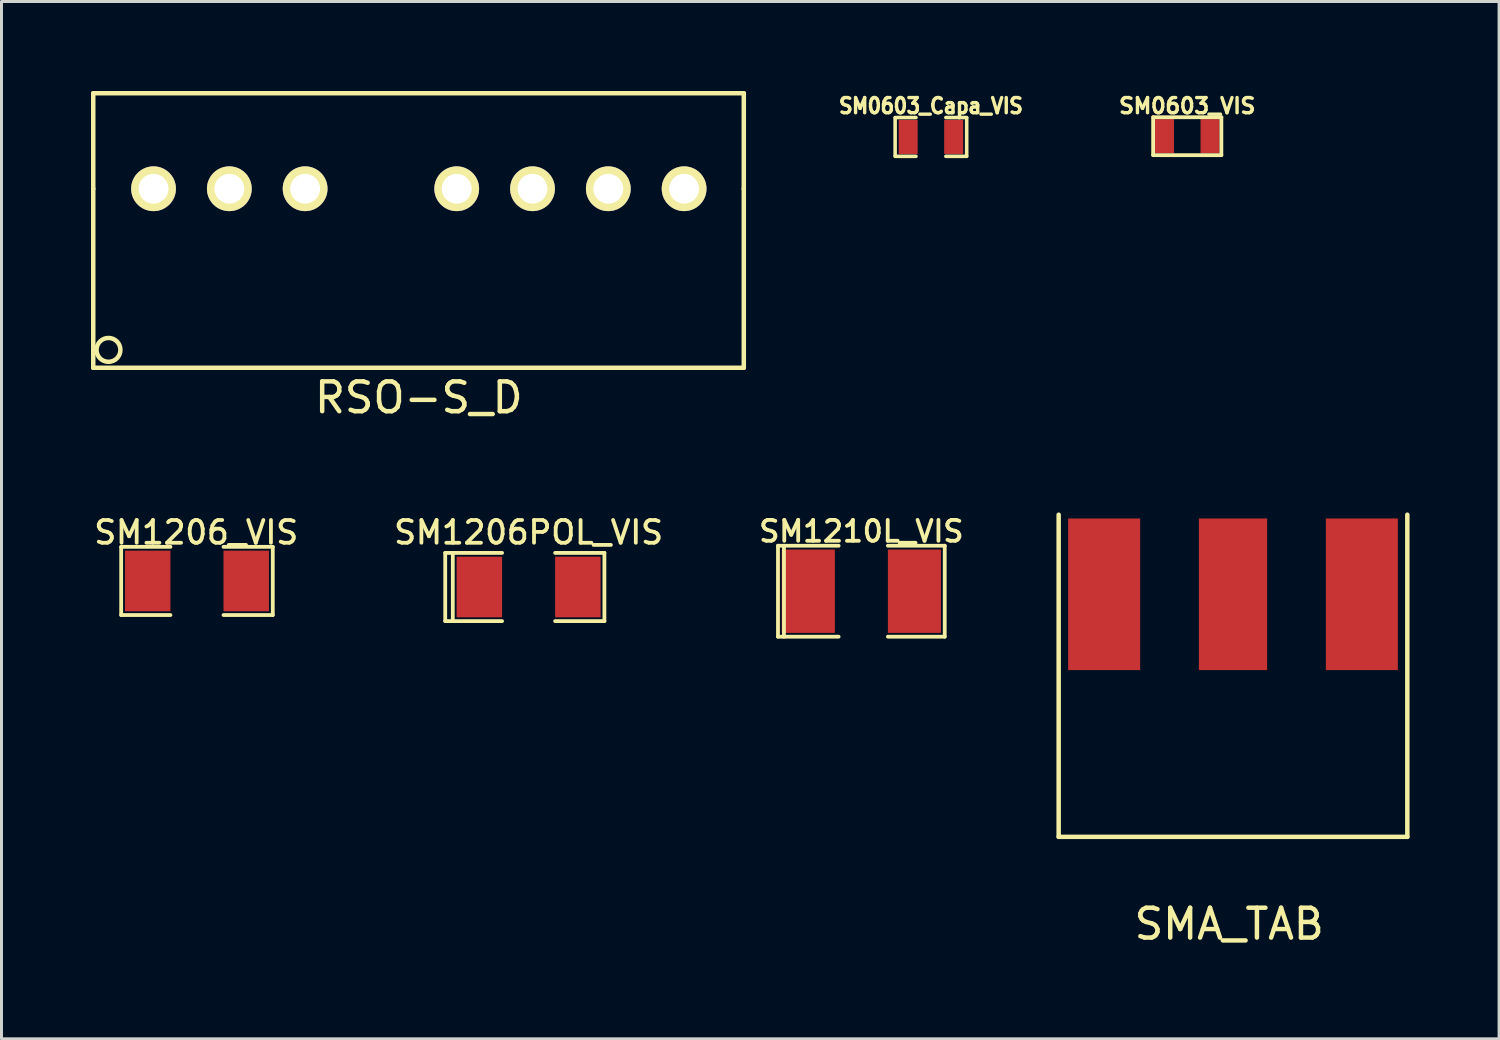
<source format=kicad_pcb>
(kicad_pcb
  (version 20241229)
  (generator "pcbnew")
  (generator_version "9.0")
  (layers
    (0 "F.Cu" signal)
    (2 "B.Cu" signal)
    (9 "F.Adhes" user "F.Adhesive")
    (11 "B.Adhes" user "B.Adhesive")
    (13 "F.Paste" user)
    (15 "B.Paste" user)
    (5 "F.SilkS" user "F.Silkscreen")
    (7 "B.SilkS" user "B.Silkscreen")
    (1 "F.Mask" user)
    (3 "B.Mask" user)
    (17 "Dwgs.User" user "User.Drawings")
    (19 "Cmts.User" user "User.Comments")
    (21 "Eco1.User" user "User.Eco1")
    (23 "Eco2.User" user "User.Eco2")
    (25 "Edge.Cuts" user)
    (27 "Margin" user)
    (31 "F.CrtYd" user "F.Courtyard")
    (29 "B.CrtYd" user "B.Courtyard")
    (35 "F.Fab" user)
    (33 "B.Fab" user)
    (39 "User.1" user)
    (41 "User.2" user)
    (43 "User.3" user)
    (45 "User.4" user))
  (footprint "SM0603_VIS"
    (layer "F.Cu")
    (at 36.736 1.514)
    (property "Reference" "SM0603_VIS" (at 0 -1.016 0) (layer "F.SilkS") (effects (font (size 0.508 0.508) (thickness 0.114))))
    (attr smd)
    (fp_line (start -1.143 -0.635) (end 1.143 -0.635) (stroke (width 0.127) (type solid)) (layer "F.SilkS"))
    (fp_line (start -1.143 0.635) (end -1.143 -0.635) (stroke (width 0.127) (type solid)) (layer "F.SilkS"))
    (fp_line (start 1.143 -0.635) (end 1.143 0.635) (stroke (width 0.127) (type solid)) (layer "F.SilkS"))
    (fp_line (start 1.143 0.635) (end -1.143 0.635) (stroke (width 0.127) (type solid)) (layer "F.SilkS"))
    (pad "1" smd rect (at -0.762 0) (size 0.635 1.143) (layers "F.Cu" "F.Mask" "F.Paste"))
    (pad "2" smd rect (at 0.762 0) (size 0.635 1.143) (layers "F.Cu" "F.Mask" "F.Paste")))
  (footprint "RSO-S_D"
    (layer "F.Cu")
    (at 10.985 3.275)
    (property "Reference" "RSO-S_D" (at 0 7 0) (layer "F.SilkS") (effects (font (size 1 1) (thickness 0.15))))
    (attr through_hole)
    (fp_line (start -10.91 -3.2) (end 10.89 -3.2) (stroke (width 0.15) (type solid)) (layer "F.SilkS"))
    (fp_line (start -10.91 0) (end -10.91 -3.2) (stroke (width 0.15) (type solid)) (layer "F.SilkS"))
    (fp_line (start -10.91 0) (end -10.91 6) (stroke (width 0.15) (type solid)) (layer "F.SilkS"))
    (fp_line (start -10.91 6) (end 10.89 6) (stroke (width 0.15) (type solid)) (layer "F.SilkS"))
    (fp_line (start 10.89 0) (end 10.89 -3.2) (stroke (width 0.15) (type solid)) (layer "F.SilkS"))
    (fp_line (start 10.89 0) (end 10.89 6) (stroke (width 0.15) (type solid)) (layer "F.SilkS"))
    (fp_circle (center -10.4 5.4) (end -10.4 5.8) (stroke (width 0.15) (type solid)) (fill no) (layer "F.SilkS"))
    (pad "1" thru_hole circle (at -8.89 0) (size 1.5 1.5) (drill 1) (layers "*.Cu" "*.Mask" "F.SilkS"))
    (pad "2" thru_hole circle (at -6.35 0) (size 1.5 1.5) (drill 1) (layers "*.Cu" "*.Mask" "F.SilkS"))
    (pad "3" thru_hole circle (at -3.81 0) (size 1.5 1.5) (drill 1) (layers "*.Cu" "*.Mask" "F.SilkS"))
    (pad "5" thru_hole circle (at 1.27 0) (size 1.5 1.5) (drill 1) (layers "*.Cu" "*.Mask" "F.SilkS"))
    (pad "6" thru_hole circle (at 3.81 0) (size 1.5 1.5) (drill 1) (layers "*.Cu" "*.Mask" "F.SilkS"))
    (pad "7" thru_hole circle (at 6.35 0) (size 1.5 1.5) (drill 1) (layers "*.Cu" "*.Mask" "F.SilkS"))
    (pad "8" thru_hole circle (at 8.89 0) (size 1.5 1.5) (drill 1) (layers "*.Cu" "*.Mask" "F.SilkS")))
  (footprint "SM1206_VIS"
    (layer "F.Cu")
    (at 3.551 16.418)
    (property "Reference" "SM1206_VIS" (at -0.025 -1.626 0) (layer "F.SilkS") (effects (font (size 0.762 0.762) (thickness 0.127))))
    (attr smd)
    (fp_line (start -2.54 -1.143) (end -2.54 1.143) (stroke (width 0.127) (type solid)) (layer "F.SilkS"))
    (fp_line (start -2.54 1.143) (end -0.889 1.143) (stroke (width 0.127) (type solid)) (layer "F.SilkS"))
    (fp_line (start -0.889 -1.143) (end -2.54 -1.143) (stroke (width 0.127) (type solid)) (layer "F.SilkS"))
    (fp_line (start 0.889 -1.143) (end 2.54 -1.143) (stroke (width 0.127) (type solid)) (layer "F.SilkS"))
    (fp_line (start 2.54 -1.143) (end 2.54 1.143) (stroke (width 0.127) (type solid)) (layer "F.SilkS"))
    (fp_line (start 2.54 1.143) (end 0.889 1.143) (stroke (width 0.127) (type solid)) (layer "F.SilkS"))
    (pad "1" smd rect (at -1.651 0) (size 1.524 2.032) (layers "F.Cu" "F.Mask" "F.Paste"))
    (pad "2" smd rect (at 1.651 0) (size 1.524 2.032) (layers "F.Cu" "F.Mask" "F.Paste")))
  (footprint "SMA_TAB"
    (layer "F.Cu")
    (at 38.269 19.532)
    (property "Reference" "SMA_TAB" (at -0.127 8.382 0) (layer "F.SilkS") (effects (font (size 1 1) (thickness 0.15))))
    (attr through_hole)
    (fp_line (start -5.842 5.461) (end -5.842 -5.334) (stroke (width 0.15) (type solid)) (layer "F.SilkS"))
    (fp_line (start 5.842 -5.334) (end 5.842 5.461) (stroke (width 0.15) (type solid)) (layer "F.SilkS"))
    (fp_line (start 5.842 5.461) (end -5.842 5.461) (stroke (width 0.15) (type solid)) (layer "F.SilkS"))
    (pad "1" smd rect (at 0 -2.667) (size 2.286 5.08) (layers "F.Cu" "F.Mask" "F.Paste"))
    (pad "2" smd rect (at -4.318 -2.667) (size 2.413 5.08) (layers "F.Cu" "F.Mask" "F.Paste"))
    (pad "2" smd rect (at 4.318 -2.667) (size 2.413 5.08) (layers "F.Cu" "F.Mask" "F.Paste")))
  (footprint "SM1206POL_VIS"
    (layer "F.Cu")
    (at 14.664 16.621)
    (property "Reference" "SM1206POL_VIS" (at 0 -1.829 0) (layer "F.SilkS") (effects (font (size 0.762 0.762) (thickness 0.127))))
    (attr smd)
    (fp_line (start -2.794 -1.143) (end -2.794 1.143) (stroke (width 0.127) (type solid)) (layer "F.SilkS"))
    (fp_line (start -2.794 1.143) (end -2.54 1.143) (stroke (width 0.127) (type solid)) (layer "F.SilkS"))
    (fp_line (start -2.54 -1.143) (end -2.794 -1.143) (stroke (width 0.127) (type solid)) (layer "F.SilkS"))
    (fp_line (start -2.54 -1.143) (end -2.54 1.143) (stroke (width 0.127) (type solid)) (layer "F.SilkS"))
    (fp_line (start -2.54 1.143) (end -0.889 1.143) (stroke (width 0.127) (type solid)) (layer "F.SilkS"))
    (fp_line (start -0.889 -1.143) (end -2.54 -1.143) (stroke (width 0.127) (type solid)) (layer "F.SilkS"))
    (fp_line (start 0.889 -1.143) (end 2.54 -1.143) (stroke (width 0.127) (type solid)) (layer "F.SilkS"))
    (fp_line (start 2.54 -1.143) (end 2.54 1.143) (stroke (width 0.127) (type solid)) (layer "F.SilkS"))
    (fp_line (start 2.54 1.143) (end 0.889 1.143) (stroke (width 0.127) (type solid)) (layer "F.SilkS"))
    (pad "1" smd rect (at -1.651 0) (size 1.524 2.032) (layers "F.Cu" "F.Mask" "F.Paste"))
    (pad "2" smd rect (at 1.651 0) (size 1.524 2.032) (layers "F.Cu" "F.Mask" "F.Paste")))
  (footprint "SM0603_Capa_VIS"
    (layer "F.Cu")
    (at 28.146 1.539)
    (property "Reference" "SM0603_Capa_VIS" (at 0 -1.041 0) (layer "F.SilkS") (effects (font (size 0.508 0.457) (thickness 0.114))))
    (attr smd)
    (fp_line (start -1.199 -0.65) (end -0.5 -0.65) (stroke (width 0.119) (type solid)) (layer "F.SilkS"))
    (fp_line (start -1.199 0.635) (end -1.199 -0.635) (stroke (width 0.119) (type solid)) (layer "F.SilkS"))
    (fp_line (start -0.5 0.65) (end -1.199 0.65) (stroke (width 0.119) (type solid)) (layer "F.SilkS"))
    (fp_line (start 0.5 -0.65) (end 1.199 -0.65) (stroke (width 0.119) (type solid)) (layer "F.SilkS"))
    (fp_line (start 0.5 0.65) (end 1.199 0.65) (stroke (width 0.119) (type solid)) (layer "F.SilkS"))
    (fp_line (start 1.199 -0.635) (end 1.199 0.635) (stroke (width 0.119) (type solid)) (layer "F.SilkS"))
    (pad "1" smd rect (at -0.762 0) (size 0.635 1.143) (layers "F.Cu" "F.Mask" "F.Paste"))
    (pad "2" smd rect (at 0.762 0) (size 0.635 1.143) (layers "F.Cu" "F.Mask" "F.Paste")))
  (footprint "SM1210L_VIS"
    (layer "F.Cu")
    (at 25.815 16.762)
    (property "Reference" "SM1210L_VIS" (at 0 -2.007 0) (layer "F.SilkS") (effects (font (size 0.7 0.7) (thickness 0.127))))
    (attr smd)
    (fp_line (start -2.794 -1.524) (end -2.794 1.524) (stroke (width 0.127) (type solid)) (layer "F.SilkS"))
    (fp_line (start -2.794 1.524) (end -0.762 1.524) (stroke (width 0.127) (type solid)) (layer "F.SilkS"))
    (fp_line (start -2.594 -1.524) (end -2.594 1.524) (stroke (width 0.127) (type solid)) (layer "F.SilkS"))
    (fp_line (start -0.762 -1.524) (end -2.794 -1.524) (stroke (width 0.127) (type solid)) (layer "F.SilkS"))
    (fp_line (start 0.889 1.524) (end 2.794 1.524) (stroke (width 0.127) (type solid)) (layer "F.SilkS"))
    (fp_line (start 2.794 -1.524) (end 0.889 -1.524) (stroke (width 0.127) (type solid)) (layer "F.SilkS"))
    (fp_line (start 2.794 1.524) (end 2.794 -1.524) (stroke (width 0.127) (type solid)) (layer "F.SilkS"))
    (pad "1" smd rect (at -1.778 0) (size 1.778 2.794) (layers "F.Cu" "F.Mask" "F.Paste"))
    (pad "2" smd rect (at 1.778 0) (size 1.778 2.794) (layers "F.Cu" "F.Mask" "F.Paste")))
  (gr_rect
    (start -3 -3)
    (end 47.186 31.762)
    (stroke (width 0.1) (type default))
    (fill no)
    (layer "Edge.Cuts")))
</source>
